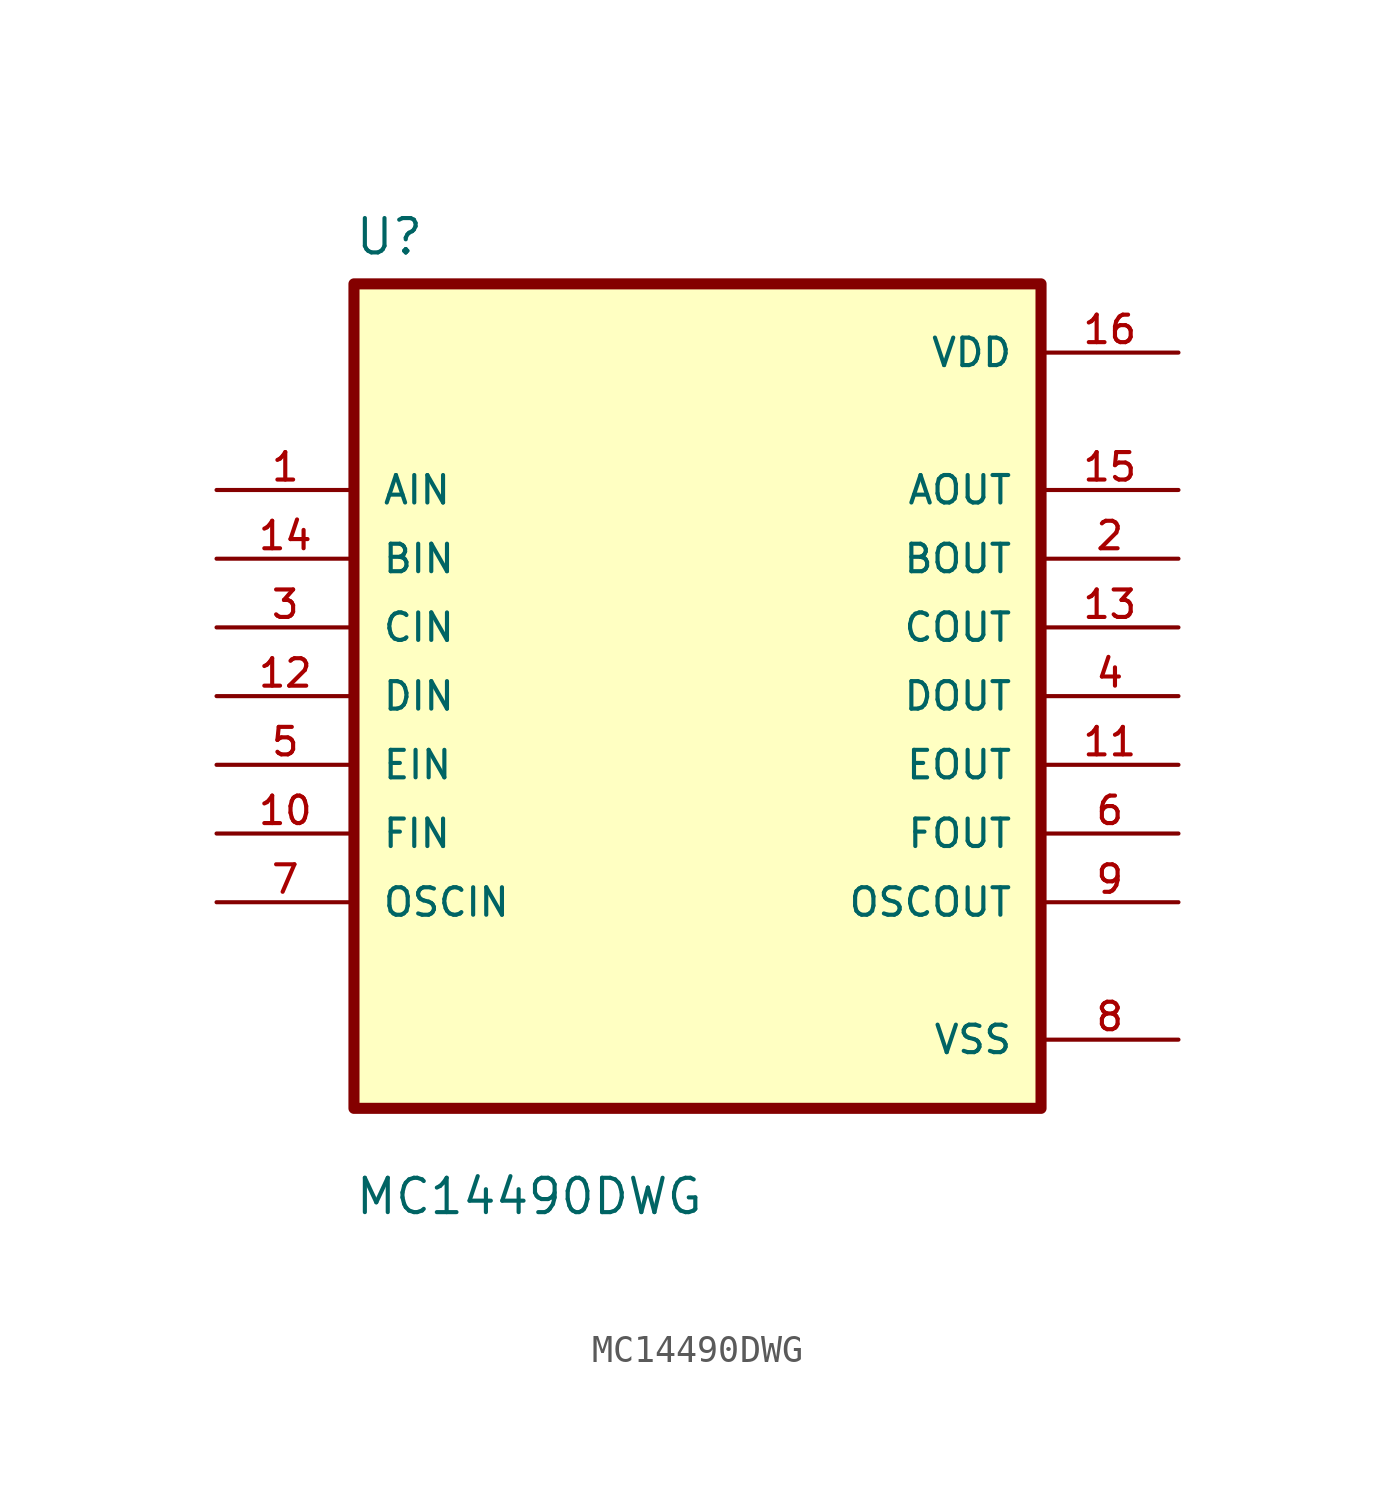
<source format=kicad_sym>
(kicad_symbol_lib
  (version 20211014)
  (generator kicad_symbol_editor)
  (symbol "MC14490DWG"
    (pin_names
      (offset 1.016))
    (property "Reference" "U"
      (at -12.7 16.24 0.0)
      (effects (font (size 1.27 1.27)) (justify bottom left)))
    (property "Value" "MC14490DWG"
      (at -12.7 -19.24 0.0)
      (effects (font (size 1.27 1.27)) (justify bottom left)))
    (symbol "MC14490DWG_0_0"
      (rectangle (start -12.7 -15.24) (end 12.7 15.24) (stroke (width 0.41)) (fill (type background)))
      (pin input line (at -17.78 7.62 0) (length 5.08) (name "AIN" (effects (font (size 1.016 1.016)))) (number "1" (effects (font (size 1.016 1.016)))))
      (pin input line (at -17.78 5.08 0) (length 5.08) (name "BIN" (effects (font (size 1.016 1.016)))) (number "14" (effects (font (size 1.016 1.016)))))
      (pin input line (at -17.78 2.54 0) (length 5.08) (name "CIN" (effects (font (size 1.016 1.016)))) (number "3" (effects (font (size 1.016 1.016)))))
      (pin input line (at -17.78 0.0 0) (length 5.08) (name "DIN" (effects (font (size 1.016 1.016)))) (number "12" (effects (font (size 1.016 1.016)))))
      (pin input line (at -17.78 -2.54 0) (length 5.08) (name "EIN" (effects (font (size 1.016 1.016)))) (number "5" (effects (font (size 1.016 1.016)))))
      (pin input line (at -17.78 -5.08 0) (length 5.08) (name "FIN" (effects (font (size 1.016 1.016)))) (number "10" (effects (font (size 1.016 1.016)))))
      (pin input line (at -17.78 -7.62 0) (length 5.08) (name "OSCIN" (effects (font (size 1.016 1.016)))) (number "7" (effects (font (size 1.016 1.016)))))
      (pin power_in line (at 17.78 12.7 180.0) (length 5.08) (name "VDD" (effects (font (size 1.016 1.016)))) (number "16" (effects (font (size 1.016 1.016)))))
      (pin output line (at 17.78 7.62 180.0) (length 5.08) (name "AOUT" (effects (font (size 1.016 1.016)))) (number "15" (effects (font (size 1.016 1.016)))))
      (pin output line (at 17.78 5.08 180.0) (length 5.08) (name "BOUT" (effects (font (size 1.016 1.016)))) (number "2" (effects (font (size 1.016 1.016)))))
      (pin output line (at 17.78 2.54 180.0) (length 5.08) (name "COUT" (effects (font (size 1.016 1.016)))) (number "13" (effects (font (size 1.016 1.016)))))
      (pin output line (at 17.78 -8.88178e-16 180.0) (length 5.08) (name "DOUT" (effects (font (size 1.016 1.016)))) (number "4" (effects (font (size 1.016 1.016)))))
      (pin output line (at 17.78 -2.54 180.0) (length 5.08) (name "EOUT" (effects (font (size 1.016 1.016)))) (number "11" (effects (font (size 1.016 1.016)))))
      (pin output line (at 17.78 -5.08 180.0) (length 5.08) (name "FOUT" (effects (font (size 1.016 1.016)))) (number "6" (effects (font (size 1.016 1.016)))))
      (pin output line (at 17.78 -7.62 180.0) (length 5.08) (name "OSCOUT" (effects (font (size 1.016 1.016)))) (number "9" (effects (font (size 1.016 1.016)))))
      (pin power_in line (at 17.78 -12.7 180.0) (length 5.08) (name "VSS" (effects (font (size 1.016 1.016)))) (number "8" (effects (font (size 1.016 1.016))))))))
</source>
